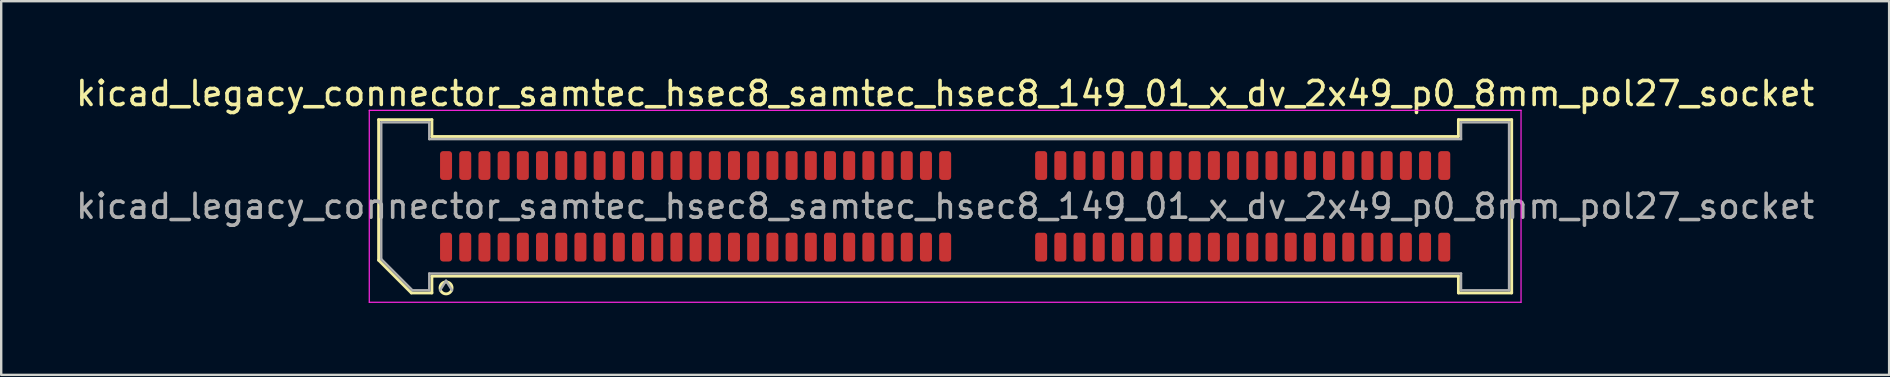
<source format=kicad_pcb>
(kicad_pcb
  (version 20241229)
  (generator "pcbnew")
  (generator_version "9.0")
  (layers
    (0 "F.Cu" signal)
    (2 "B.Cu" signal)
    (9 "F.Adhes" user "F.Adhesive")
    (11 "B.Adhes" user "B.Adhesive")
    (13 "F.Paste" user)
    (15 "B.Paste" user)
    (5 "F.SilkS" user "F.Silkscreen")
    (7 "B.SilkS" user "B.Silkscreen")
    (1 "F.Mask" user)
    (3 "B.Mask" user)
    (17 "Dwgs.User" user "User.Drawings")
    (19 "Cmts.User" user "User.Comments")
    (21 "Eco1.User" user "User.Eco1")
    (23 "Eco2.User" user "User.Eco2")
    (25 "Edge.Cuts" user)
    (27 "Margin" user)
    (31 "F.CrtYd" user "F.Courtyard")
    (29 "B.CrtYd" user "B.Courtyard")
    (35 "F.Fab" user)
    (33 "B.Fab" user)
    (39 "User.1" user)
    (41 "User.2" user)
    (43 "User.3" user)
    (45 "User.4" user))
  (footprint "kicad_legacy_connector_samtec_hsec8_samtec_hsec8_149_01_x_dv_2x49_p0_8mm_pol27_socket"
    (layer "F.Cu")
    (at 36.339 5.548)
    (property "Reference" "kicad_legacy_connector_samtec_hsec8_samtec_hsec8_149_01_x_dv_2x49_p0_8mm_pol27_socket" (at 0 -4.7 0) (layer "F.SilkS") (effects (font (size 1 1) (thickness 0.15))))
    (attr smd)
    (fp_line (start -23.61 -3.61) (end -21.39 -3.61) (stroke (width 0.12) (type solid)) (layer "F.SilkS"))
    (fp_line (start -23.61 2.246) (end -23.61 -3.61) (stroke (width 0.12) (type solid)) (layer "F.SilkS"))
    (fp_line (start -22.246 3.61) (end -23.61 2.246) (stroke (width 0.12) (type solid)) (layer "F.SilkS"))
    (fp_line (start -21.39 -3.61) (end -21.39 -2.91) (stroke (width 0.12) (type solid)) (layer "F.SilkS"))
    (fp_line (start -21.39 -2.91) (end 21.39 -2.91) (stroke (width 0.12) (type solid)) (layer "F.SilkS"))
    (fp_line (start -21.39 2.91) (end -21.39 3.61) (stroke (width 0.12) (type solid)) (layer "F.SilkS"))
    (fp_line (start -21.39 3.61) (end -22.246 3.61) (stroke (width 0.12) (type solid)) (layer "F.SilkS"))
    (fp_line (start 21.39 -3.61) (end 23.61 -3.61) (stroke (width 0.12) (type solid)) (layer "F.SilkS"))
    (fp_line (start 21.39 -2.91) (end 21.39 -3.61) (stroke (width 0.12) (type solid)) (layer "F.SilkS"))
    (fp_line (start 21.39 2.91) (end -21.39 2.91) (stroke (width 0.12) (type solid)) (layer "F.SilkS"))
    (fp_line (start 21.39 3.61) (end 21.39 2.91) (stroke (width 0.12) (type solid)) (layer "F.SilkS"))
    (fp_line (start 23.61 -3.61) (end 23.61 3.61) (stroke (width 0.12) (type solid)) (layer "F.SilkS"))
    (fp_line (start 23.61 3.61) (end 21.39 3.61) (stroke (width 0.12) (type solid)) (layer "F.SilkS"))
    (fp_arc (start -20.55 3.4) (mid -21.05 3.4) (end -20.55 3.4) (stroke (width 0.12) (type solid)) (layer "F.SilkS"))
    (fp_line (start -24 -4) (end -24 4) (stroke (width 0.05) (type solid)) (layer "F.CrtYd"))
    (fp_line (start -24 4) (end 24 4) (stroke (width 0.05) (type solid)) (layer "F.CrtYd"))
    (fp_line (start 24 -4) (end -24 -4) (stroke (width 0.05) (type solid)) (layer "F.CrtYd"))
    (fp_line (start 24 4) (end 24 -4) (stroke (width 0.05) (type solid)) (layer "F.CrtYd"))
    (fp_line (start -23.5 -3.5) (end -21.5 -3.5) (stroke (width 0.1) (type solid)) (layer "F.Fab"))
    (fp_line (start -23.5 2.2) (end -23.5 -3.5) (stroke (width 0.1) (type solid)) (layer "F.Fab"))
    (fp_line (start -22.2 3.5) (end -23.5 2.2) (stroke (width 0.1) (type solid)) (layer "F.Fab"))
    (fp_line (start -21.5 -3.5) (end -21.5 -2.8) (stroke (width 0.1) (type solid)) (layer "F.Fab"))
    (fp_line (start -21.5 -2.8) (end 21.5 -2.8) (stroke (width 0.1) (type solid)) (layer "F.Fab"))
    (fp_line (start -21.5 2.8) (end -21.5 3.5) (stroke (width 0.1) (type solid)) (layer "F.Fab"))
    (fp_line (start -21.5 3.5) (end -22.2 3.5) (stroke (width 0.1) (type solid)) (layer "F.Fab"))
    (fp_line (start -20.8 3.1) (end -21.05 3.5) (stroke (width 0.1) (type solid)) (layer "F.Fab"))
    (fp_line (start -20.8 3.1) (end -20.55 3.5) (stroke (width 0.1) (type solid)) (layer "F.Fab"))
    (fp_line (start 21.5 -3.5) (end 23.5 -3.5) (stroke (width 0.1) (type solid)) (layer "F.Fab"))
    (fp_line (start 21.5 -2.8) (end 21.5 -3.5) (stroke (width 0.1) (type solid)) (layer "F.Fab"))
    (fp_line (start 21.5 2.8) (end -21.5 2.8) (stroke (width 0.1) (type solid)) (layer "F.Fab"))
    (fp_line (start 21.5 3.5) (end 21.5 2.8) (stroke (width 0.1) (type solid)) (layer "F.Fab"))
    (fp_line (start 23.5 -3.5) (end 23.5 3.5) (stroke (width 0.1) (type solid)) (layer "F.Fab"))
    (fp_line (start 23.5 3.5) (end 21.5 3.5) (stroke (width 0.1) (type solid)) (layer "F.Fab"))
    (fp_text user "${REFERENCE}" (at 0 0 0) (layer "F.Fab") (effects (font (size 1 1) (thickness 0.15))))
    (pad "1" smd roundrect (at -20.8 1.7) (size 0.5 1.2) (layers "F.Cu" "F.Mask" "F.Paste") (roundrect_rratio 0.25))
    (pad "2" smd roundrect (at -20.8 -1.7) (size 0.5 1.2) (layers "F.Cu" "F.Mask" "F.Paste") (roundrect_rratio 0.25))
    (pad "3" smd roundrect (at -20 1.7) (size 0.5 1.2) (layers "F.Cu" "F.Mask" "F.Paste") (roundrect_rratio 0.25))
    (pad "4" smd roundrect (at -20 -1.7) (size 0.5 1.2) (layers "F.Cu" "F.Mask" "F.Paste") (roundrect_rratio 0.25))
    (pad "5" smd roundrect (at -19.2 1.7) (size 0.5 1.2) (layers "F.Cu" "F.Mask" "F.Paste") (roundrect_rratio 0.25))
    (pad "6" smd roundrect (at -19.2 -1.7) (size 0.5 1.2) (layers "F.Cu" "F.Mask" "F.Paste") (roundrect_rratio 0.25))
    (pad "7" smd roundrect (at -18.4 1.7) (size 0.5 1.2) (layers "F.Cu" "F.Mask" "F.Paste") (roundrect_rratio 0.25))
    (pad "8" smd roundrect (at -18.4 -1.7) (size 0.5 1.2) (layers "F.Cu" "F.Mask" "F.Paste") (roundrect_rratio 0.25))
    (pad "9" smd roundrect (at -17.6 1.7) (size 0.5 1.2) (layers "F.Cu" "F.Mask" "F.Paste") (roundrect_rratio 0.25))
    (pad "10" smd roundrect (at -17.6 -1.7) (size 0.5 1.2) (layers "F.Cu" "F.Mask" "F.Paste") (roundrect_rratio 0.25))
    (pad "11" smd roundrect (at -16.8 1.7) (size 0.5 1.2) (layers "F.Cu" "F.Mask" "F.Paste") (roundrect_rratio 0.25))
    (pad "12" smd roundrect (at -16.8 -1.7) (size 0.5 1.2) (layers "F.Cu" "F.Mask" "F.Paste") (roundrect_rratio 0.25))
    (pad "13" smd roundrect (at -16 1.7) (size 0.5 1.2) (layers "F.Cu" "F.Mask" "F.Paste") (roundrect_rratio 0.25))
    (pad "14" smd roundrect (at -16 -1.7) (size 0.5 1.2) (layers "F.Cu" "F.Mask" "F.Paste") (roundrect_rratio 0.25))
    (pad "15" smd roundrect (at -15.2 1.7) (size 0.5 1.2) (layers "F.Cu" "F.Mask" "F.Paste") (roundrect_rratio 0.25))
    (pad "16" smd roundrect (at -15.2 -1.7) (size 0.5 1.2) (layers "F.Cu" "F.Mask" "F.Paste") (roundrect_rratio 0.25))
    (pad "17" smd roundrect (at -14.4 1.7) (size 0.5 1.2) (layers "F.Cu" "F.Mask" "F.Paste") (roundrect_rratio 0.25))
    (pad "18" smd roundrect (at -14.4 -1.7) (size 0.5 1.2) (layers "F.Cu" "F.Mask" "F.Paste") (roundrect_rratio 0.25))
    (pad "19" smd roundrect (at -13.6 1.7) (size 0.5 1.2) (layers "F.Cu" "F.Mask" "F.Paste") (roundrect_rratio 0.25))
    (pad "20" smd roundrect (at -13.6 -1.7) (size 0.5 1.2) (layers "F.Cu" "F.Mask" "F.Paste") (roundrect_rratio 0.25))
    (pad "21" smd roundrect (at -12.8 1.7) (size 0.5 1.2) (layers "F.Cu" "F.Mask" "F.Paste") (roundrect_rratio 0.25))
    (pad "22" smd roundrect (at -12.8 -1.7) (size 0.5 1.2) (layers "F.Cu" "F.Mask" "F.Paste") (roundrect_rratio 0.25))
    (pad "23" smd roundrect (at -12 1.7) (size 0.5 1.2) (layers "F.Cu" "F.Mask" "F.Paste") (roundrect_rratio 0.25))
    (pad "24" smd roundrect (at -12 -1.7) (size 0.5 1.2) (layers "F.Cu" "F.Mask" "F.Paste") (roundrect_rratio 0.25))
    (pad "25" smd roundrect (at -11.2 1.7) (size 0.5 1.2) (layers "F.Cu" "F.Mask" "F.Paste") (roundrect_rratio 0.25))
    (pad "26" smd roundrect (at -11.2 -1.7) (size 0.5 1.2) (layers "F.Cu" "F.Mask" "F.Paste") (roundrect_rratio 0.25))
    (pad "27" smd roundrect (at -10.4 1.7) (size 0.5 1.2) (layers "F.Cu" "F.Mask" "F.Paste") (roundrect_rratio 0.25))
    (pad "28" smd roundrect (at -10.4 -1.7) (size 0.5 1.2) (layers "F.Cu" "F.Mask" "F.Paste") (roundrect_rratio 0.25))
    (pad "29" smd roundrect (at -9.6 1.7) (size 0.5 1.2) (layers "F.Cu" "F.Mask" "F.Paste") (roundrect_rratio 0.25))
    (pad "30" smd roundrect (at -9.6 -1.7) (size 0.5 1.2) (layers "F.Cu" "F.Mask" "F.Paste") (roundrect_rratio 0.25))
    (pad "31" smd roundrect (at -8.8 1.7) (size 0.5 1.2) (layers "F.Cu" "F.Mask" "F.Paste") (roundrect_rratio 0.25))
    (pad "32" smd roundrect (at -8.8 -1.7) (size 0.5 1.2) (layers "F.Cu" "F.Mask" "F.Paste") (roundrect_rratio 0.25))
    (pad "33" smd roundrect (at -8 1.7) (size 0.5 1.2) (layers "F.Cu" "F.Mask" "F.Paste") (roundrect_rratio 0.25))
    (pad "34" smd roundrect (at -8 -1.7) (size 0.5 1.2) (layers "F.Cu" "F.Mask" "F.Paste") (roundrect_rratio 0.25))
    (pad "35" smd roundrect (at -7.2 1.7) (size 0.5 1.2) (layers "F.Cu" "F.Mask" "F.Paste") (roundrect_rratio 0.25))
    (pad "36" smd roundrect (at -7.2 -1.7) (size 0.5 1.2) (layers "F.Cu" "F.Mask" "F.Paste") (roundrect_rratio 0.25))
    (pad "37" smd roundrect (at -6.4 1.7) (size 0.5 1.2) (layers "F.Cu" "F.Mask" "F.Paste") (roundrect_rratio 0.25))
    (pad "38" smd roundrect (at -6.4 -1.7) (size 0.5 1.2) (layers "F.Cu" "F.Mask" "F.Paste") (roundrect_rratio 0.25))
    (pad "39" smd roundrect (at -5.6 1.7) (size 0.5 1.2) (layers "F.Cu" "F.Mask" "F.Paste") (roundrect_rratio 0.25))
    (pad "40" smd roundrect (at -5.6 -1.7) (size 0.5 1.2) (layers "F.Cu" "F.Mask" "F.Paste") (roundrect_rratio 0.25))
    (pad "41" smd roundrect (at -4.8 1.7) (size 0.5 1.2) (layers "F.Cu" "F.Mask" "F.Paste") (roundrect_rratio 0.25))
    (pad "42" smd roundrect (at -4.8 -1.7) (size 0.5 1.2) (layers "F.Cu" "F.Mask" "F.Paste") (roundrect_rratio 0.25))
    (pad "43" smd roundrect (at -4 1.7) (size 0.5 1.2) (layers "F.Cu" "F.Mask" "F.Paste") (roundrect_rratio 0.25))
    (pad "44" smd roundrect (at -4 -1.7) (size 0.5 1.2) (layers "F.Cu" "F.Mask" "F.Paste") (roundrect_rratio 0.25))
    (pad "45" smd roundrect (at -3.2 1.7) (size 0.5 1.2) (layers "F.Cu" "F.Mask" "F.Paste") (roundrect_rratio 0.25))
    (pad "46" smd roundrect (at -3.2 -1.7) (size 0.5 1.2) (layers "F.Cu" "F.Mask" "F.Paste") (roundrect_rratio 0.25))
    (pad "47" smd roundrect (at -2.4 1.7) (size 0.5 1.2) (layers "F.Cu" "F.Mask" "F.Paste") (roundrect_rratio 0.25))
    (pad "48" smd roundrect (at -2.4 -1.7) (size 0.5 1.2) (layers "F.Cu" "F.Mask" "F.Paste") (roundrect_rratio 0.25))
    (pad "49" smd roundrect (at -1.6 1.7) (size 0.5 1.2) (layers "F.Cu" "F.Mask" "F.Paste") (roundrect_rratio 0.25))
    (pad "50" smd roundrect (at -1.6 -1.7) (size 0.5 1.2) (layers "F.Cu" "F.Mask" "F.Paste") (roundrect_rratio 0.25))
    (pad "51" smd roundrect (at -0.8 1.7) (size 0.5 1.2) (layers "F.Cu" "F.Mask" "F.Paste") (roundrect_rratio 0.25))
    (pad "52" smd roundrect (at -0.8 -1.7) (size 0.5 1.2) (layers "F.Cu" "F.Mask" "F.Paste") (roundrect_rratio 0.25))
    (pad "53" smd roundrect (at 0 1.7) (size 0.5 1.2) (layers "F.Cu" "F.Mask" "F.Paste") (roundrect_rratio 0.25))
    (pad "54" smd roundrect (at 0 -1.7) (size 0.5 1.2) (layers "F.Cu" "F.Mask" "F.Paste") (roundrect_rratio 0.25))
    (pad "55" smd roundrect (at 4 1.7) (size 0.5 1.2) (layers "F.Cu" "F.Mask" "F.Paste") (roundrect_rratio 0.25))
    (pad "56" smd roundrect (at 4 -1.7) (size 0.5 1.2) (layers "F.Cu" "F.Mask" "F.Paste") (roundrect_rratio 0.25))
    (pad "57" smd roundrect (at 4.8 1.7) (size 0.5 1.2) (layers "F.Cu" "F.Mask" "F.Paste") (roundrect_rratio 0.25))
    (pad "58" smd roundrect (at 4.8 -1.7) (size 0.5 1.2) (layers "F.Cu" "F.Mask" "F.Paste") (roundrect_rratio 0.25))
    (pad "59" smd roundrect (at 5.6 1.7) (size 0.5 1.2) (layers "F.Cu" "F.Mask" "F.Paste") (roundrect_rratio 0.25))
    (pad "60" smd roundrect (at 5.6 -1.7) (size 0.5 1.2) (layers "F.Cu" "F.Mask" "F.Paste") (roundrect_rratio 0.25))
    (pad "61" smd roundrect (at 6.4 1.7) (size 0.5 1.2) (layers "F.Cu" "F.Mask" "F.Paste") (roundrect_rratio 0.25))
    (pad "62" smd roundrect (at 6.4 -1.7) (size 0.5 1.2) (layers "F.Cu" "F.Mask" "F.Paste") (roundrect_rratio 0.25))
    (pad "63" smd roundrect (at 7.2 1.7) (size 0.5 1.2) (layers "F.Cu" "F.Mask" "F.Paste") (roundrect_rratio 0.25))
    (pad "64" smd roundrect (at 7.2 -1.7) (size 0.5 1.2) (layers "F.Cu" "F.Mask" "F.Paste") (roundrect_rratio 0.25))
    (pad "65" smd roundrect (at 8 1.7) (size 0.5 1.2) (layers "F.Cu" "F.Mask" "F.Paste") (roundrect_rratio 0.25))
    (pad "66" smd roundrect (at 8 -1.7) (size 0.5 1.2) (layers "F.Cu" "F.Mask" "F.Paste") (roundrect_rratio 0.25))
    (pad "67" smd roundrect (at 8.8 1.7) (size 0.5 1.2) (layers "F.Cu" "F.Mask" "F.Paste") (roundrect_rratio 0.25))
    (pad "68" smd roundrect (at 8.8 -1.7) (size 0.5 1.2) (layers "F.Cu" "F.Mask" "F.Paste") (roundrect_rratio 0.25))
    (pad "69" smd roundrect (at 9.6 1.7) (size 0.5 1.2) (layers "F.Cu" "F.Mask" "F.Paste") (roundrect_rratio 0.25))
    (pad "70" smd roundrect (at 9.6 -1.7) (size 0.5 1.2) (layers "F.Cu" "F.Mask" "F.Paste") (roundrect_rratio 0.25))
    (pad "71" smd roundrect (at 10.4 1.7) (size 0.5 1.2) (layers "F.Cu" "F.Mask" "F.Paste") (roundrect_rratio 0.25))
    (pad "72" smd roundrect (at 10.4 -1.7) (size 0.5 1.2) (layers "F.Cu" "F.Mask" "F.Paste") (roundrect_rratio 0.25))
    (pad "73" smd roundrect (at 11.2 1.7) (size 0.5 1.2) (layers "F.Cu" "F.Mask" "F.Paste") (roundrect_rratio 0.25))
    (pad "74" smd roundrect (at 11.2 -1.7) (size 0.5 1.2) (layers "F.Cu" "F.Mask" "F.Paste") (roundrect_rratio 0.25))
    (pad "75" smd roundrect (at 12 1.7) (size 0.5 1.2) (layers "F.Cu" "F.Mask" "F.Paste") (roundrect_rratio 0.25))
    (pad "76" smd roundrect (at 12 -1.7) (size 0.5 1.2) (layers "F.Cu" "F.Mask" "F.Paste") (roundrect_rratio 0.25))
    (pad "77" smd roundrect (at 12.8 1.7) (size 0.5 1.2) (layers "F.Cu" "F.Mask" "F.Paste") (roundrect_rratio 0.25))
    (pad "78" smd roundrect (at 12.8 -1.7) (size 0.5 1.2) (layers "F.Cu" "F.Mask" "F.Paste") (roundrect_rratio 0.25))
    (pad "79" smd roundrect (at 13.6 1.7) (size 0.5 1.2) (layers "F.Cu" "F.Mask" "F.Paste") (roundrect_rratio 0.25))
    (pad "80" smd roundrect (at 13.6 -1.7) (size 0.5 1.2) (layers "F.Cu" "F.Mask" "F.Paste") (roundrect_rratio 0.25))
    (pad "81" smd roundrect (at 14.4 1.7) (size 0.5 1.2) (layers "F.Cu" "F.Mask" "F.Paste") (roundrect_rratio 0.25))
    (pad "82" smd roundrect (at 14.4 -1.7) (size 0.5 1.2) (layers "F.Cu" "F.Mask" "F.Paste") (roundrect_rratio 0.25))
    (pad "83" smd roundrect (at 15.2 1.7) (size 0.5 1.2) (layers "F.Cu" "F.Mask" "F.Paste") (roundrect_rratio 0.25))
    (pad "84" smd roundrect (at 15.2 -1.7) (size 0.5 1.2) (layers "F.Cu" "F.Mask" "F.Paste") (roundrect_rratio 0.25))
    (pad "85" smd roundrect (at 16 1.7) (size 0.5 1.2) (layers "F.Cu" "F.Mask" "F.Paste") (roundrect_rratio 0.25))
    (pad "86" smd roundrect (at 16 -1.7) (size 0.5 1.2) (layers "F.Cu" "F.Mask" "F.Paste") (roundrect_rratio 0.25))
    (pad "87" smd roundrect (at 16.8 1.7) (size 0.5 1.2) (layers "F.Cu" "F.Mask" "F.Paste") (roundrect_rratio 0.25))
    (pad "88" smd roundrect (at 16.8 -1.7) (size 0.5 1.2) (layers "F.Cu" "F.Mask" "F.Paste") (roundrect_rratio 0.25))
    (pad "89" smd roundrect (at 17.6 1.7) (size 0.5 1.2) (layers "F.Cu" "F.Mask" "F.Paste") (roundrect_rratio 0.25))
    (pad "90" smd roundrect (at 17.6 -1.7) (size 0.5 1.2) (layers "F.Cu" "F.Mask" "F.Paste") (roundrect_rratio 0.25))
    (pad "91" smd roundrect (at 18.4 1.7) (size 0.5 1.2) (layers "F.Cu" "F.Mask" "F.Paste") (roundrect_rratio 0.25))
    (pad "92" smd roundrect (at 18.4 -1.7) (size 0.5 1.2) (layers "F.Cu" "F.Mask" "F.Paste") (roundrect_rratio 0.25))
    (pad "93" smd roundrect (at 19.2 1.7) (size 0.5 1.2) (layers "F.Cu" "F.Mask" "F.Paste") (roundrect_rratio 0.25))
    (pad "94" smd roundrect (at 19.2 -1.7) (size 0.5 1.2) (layers "F.Cu" "F.Mask" "F.Paste") (roundrect_rratio 0.25))
    (pad "95" smd roundrect (at 20 1.7) (size 0.5 1.2) (layers "F.Cu" "F.Mask" "F.Paste") (roundrect_rratio 0.25))
    (pad "96" smd roundrect (at 20 -1.7) (size 0.5 1.2) (layers "F.Cu" "F.Mask" "F.Paste") (roundrect_rratio 0.25))
    (pad "97" smd roundrect (at 20.8 1.7) (size 0.5 1.2) (layers "F.Cu" "F.Mask" "F.Paste") (roundrect_rratio 0.25))
    (pad "98" smd roundrect (at 20.8 -1.7) (size 0.5 1.2) (layers "F.Cu" "F.Mask" "F.Paste") (roundrect_rratio 0.25)))
  (gr_rect
    (start -3 -3)
    (end 75.679 12.573)
    (stroke (width 0.1) (type default))
    (fill no)
    (layer "Edge.Cuts")))
</source>
